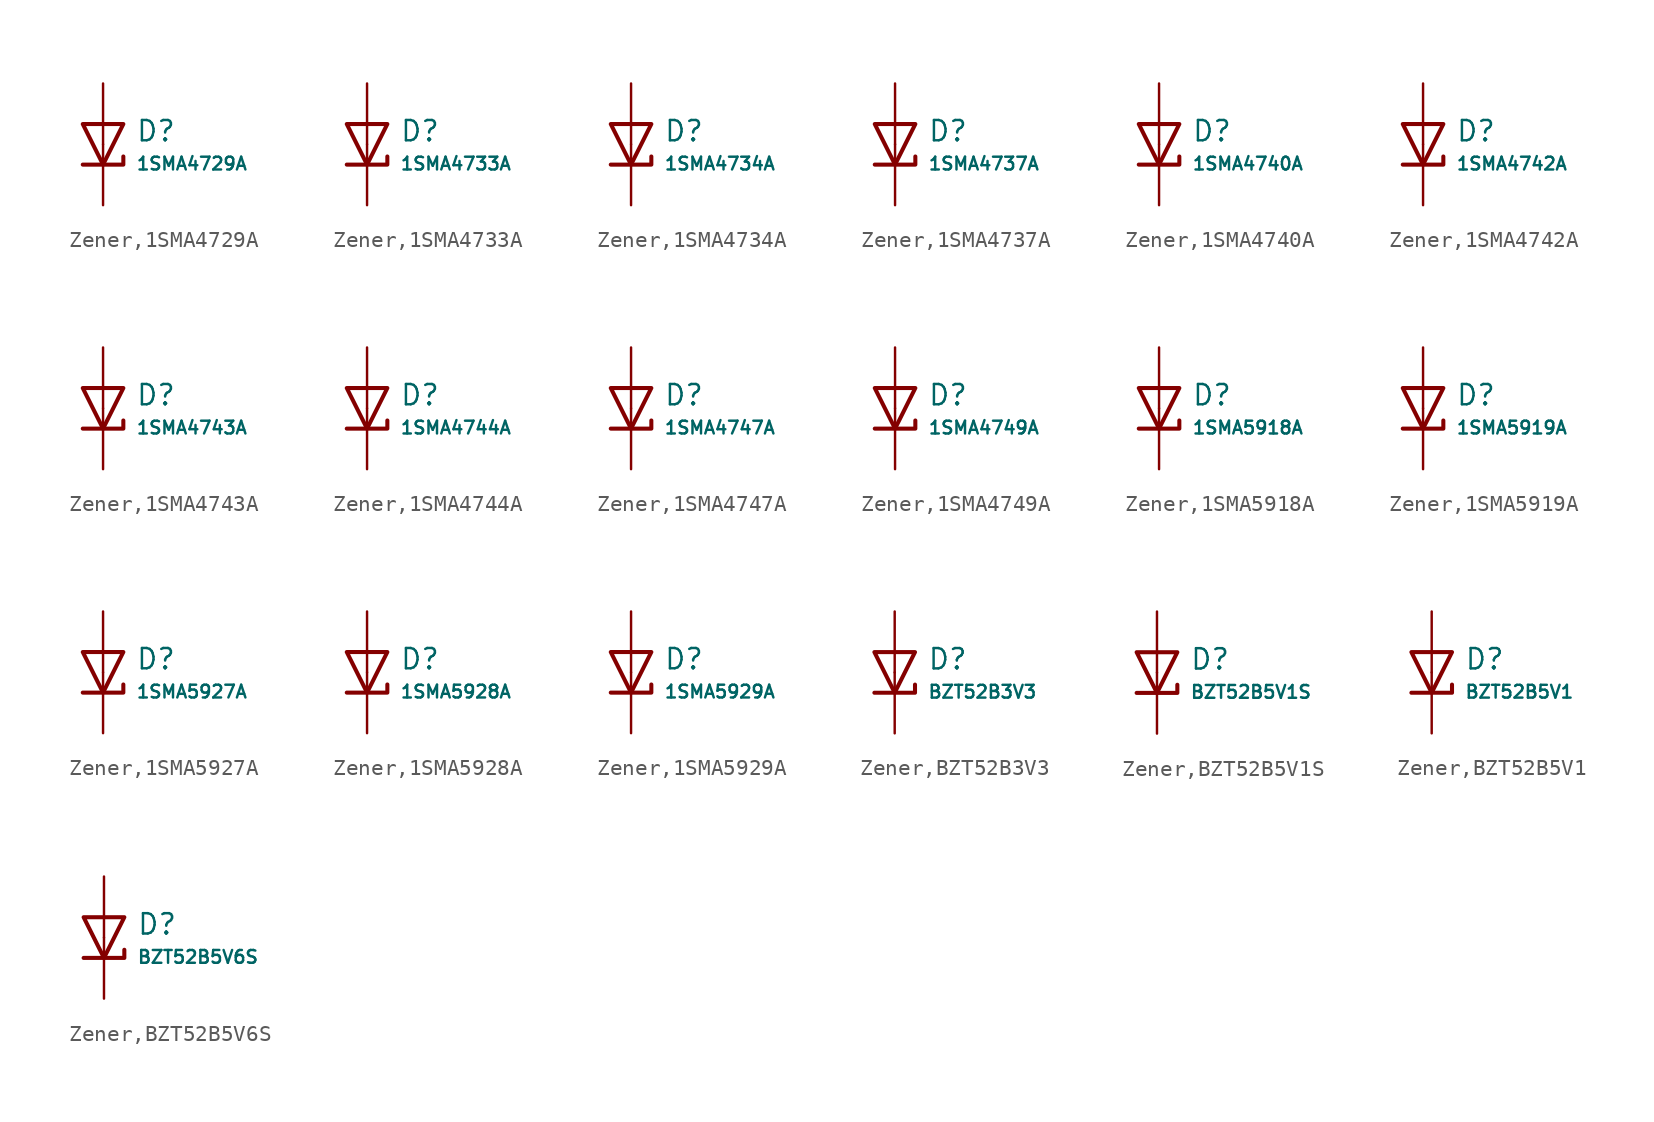
<source format=kicad_sym>
(kicad_symbol_lib
  (version 20231120)
  (generator "CDFER")
  (generator_version "8.0")
  (symbol "Zener,1SMA4729A"
    (pin_numbers hide)
    (pin_names
      (offset 0))
    (property "Reference" "D"
      (at 2.032 0.834 0)
      (effects (font (size 1.27 1.27)) (justify left)))
    (property "Value" "1SMA4729A"
      (at 2.032 -1.212 0)
      (effects (font (size 0.8 0.8)) (justify left)))
    (symbol "Zener,1SMA4729A_0_1"
      (polyline (pts (xy -1.27 1.27) (xy 0.00 -1.27) (xy 1.27 1.27) (xy -1.27 1.27)) (stroke (width 0.254) (type default)) (fill (type none))))
    (symbol "Zener,1SMA4729A_0_1"
      (polyline (pts (xy -1.27 -1.27) (xy 1.27 -1.27) (xy 1.27 -0.762)) (stroke (width 0.254) (type default)) (fill (type none))))
    (symbol "Zener,1SMA4729A_1_1"
      (pin passive line (at 0 3.81 270) (length 3.81) (name "~" (effects (font (size 1.27 1.27)))) (number "2" (effects (font (size 1.27 1.27)))))
      (pin passive line (at 0 -3.81 90) (length 3.81) (name "~" (effects (font (size 1.27 1.27)))) (number "1" (effects (font (size 1.27 1.27)))))))
  (symbol "Zener,1SMA4733A"
    (pin_numbers hide)
    (pin_names
      (offset 0))
    (property "Reference" "D"
      (at 2.032 0.834 0)
      (effects (font (size 1.27 1.27)) (justify left)))
    (property "Value" "1SMA4733A"
      (at 2.032 -1.212 0)
      (effects (font (size 0.8 0.8)) (justify left)))
    (symbol "Zener,1SMA4733A_0_1"
      (polyline (pts (xy -1.27 1.27) (xy 0.00 -1.27) (xy 1.27 1.27) (xy -1.27 1.27)) (stroke (width 0.254) (type default)) (fill (type none))))
    (symbol "Zener,1SMA4733A_0_1"
      (polyline (pts (xy -1.27 -1.27) (xy 1.27 -1.27) (xy 1.27 -0.762)) (stroke (width 0.254) (type default)) (fill (type none))))
    (symbol "Zener,1SMA4733A_1_1"
      (pin passive line (at 0 3.81 270) (length 3.81) (name "~" (effects (font (size 1.27 1.27)))) (number "2" (effects (font (size 1.27 1.27)))))
      (pin passive line (at 0 -3.81 90) (length 3.81) (name "~" (effects (font (size 1.27 1.27)))) (number "1" (effects (font (size 1.27 1.27)))))))
  (symbol "Zener,1SMA4734A"
    (pin_numbers hide)
    (pin_names
      (offset 0))
    (property "Reference" "D"
      (at 2.032 0.834 0)
      (effects (font (size 1.27 1.27)) (justify left)))
    (property "Value" "1SMA4734A"
      (at 2.032 -1.212 0)
      (effects (font (size 0.8 0.8)) (justify left)))
    (symbol "Zener,1SMA4734A_0_1"
      (polyline (pts (xy -1.27 1.27) (xy 0.00 -1.27) (xy 1.27 1.27) (xy -1.27 1.27)) (stroke (width 0.254) (type default)) (fill (type none))))
    (symbol "Zener,1SMA4734A_0_1"
      (polyline (pts (xy -1.27 -1.27) (xy 1.27 -1.27) (xy 1.27 -0.762)) (stroke (width 0.254) (type default)) (fill (type none))))
    (symbol "Zener,1SMA4734A_1_1"
      (pin passive line (at 0 3.81 270) (length 3.81) (name "~" (effects (font (size 1.27 1.27)))) (number "2" (effects (font (size 1.27 1.27)))))
      (pin passive line (at 0 -3.81 90) (length 3.81) (name "~" (effects (font (size 1.27 1.27)))) (number "1" (effects (font (size 1.27 1.27)))))))
  (symbol "Zener,1SMA4737A"
    (pin_numbers hide)
    (pin_names
      (offset 0))
    (property "Reference" "D"
      (at 2.032 0.834 0)
      (effects (font (size 1.27 1.27)) (justify left)))
    (property "Value" "1SMA4737A"
      (at 2.032 -1.212 0)
      (effects (font (size 0.8 0.8)) (justify left)))
    (symbol "Zener,1SMA4737A_0_1"
      (polyline (pts (xy -1.27 1.27) (xy 0.00 -1.27) (xy 1.27 1.27) (xy -1.27 1.27)) (stroke (width 0.254) (type default)) (fill (type none))))
    (symbol "Zener,1SMA4737A_0_1"
      (polyline (pts (xy -1.27 -1.27) (xy 1.27 -1.27) (xy 1.27 -0.762)) (stroke (width 0.254) (type default)) (fill (type none))))
    (symbol "Zener,1SMA4737A_1_1"
      (pin passive line (at 0 3.81 270) (length 3.81) (name "~" (effects (font (size 1.27 1.27)))) (number "2" (effects (font (size 1.27 1.27)))))
      (pin passive line (at 0 -3.81 90) (length 3.81) (name "~" (effects (font (size 1.27 1.27)))) (number "1" (effects (font (size 1.27 1.27)))))))
  (symbol "Zener,1SMA4740A"
    (pin_numbers hide)
    (pin_names
      (offset 0))
    (property "Reference" "D"
      (at 2.032 0.834 0)
      (effects (font (size 1.27 1.27)) (justify left)))
    (property "Value" "1SMA4740A"
      (at 2.032 -1.212 0)
      (effects (font (size 0.8 0.8)) (justify left)))
    (symbol "Zener,1SMA4740A_0_1"
      (polyline (pts (xy -1.27 1.27) (xy 0.00 -1.27) (xy 1.27 1.27) (xy -1.27 1.27)) (stroke (width 0.254) (type default)) (fill (type none))))
    (symbol "Zener,1SMA4740A_0_1"
      (polyline (pts (xy -1.27 -1.27) (xy 1.27 -1.27) (xy 1.27 -0.762)) (stroke (width 0.254) (type default)) (fill (type none))))
    (symbol "Zener,1SMA4740A_1_1"
      (pin passive line (at 0 3.81 270) (length 3.81) (name "~" (effects (font (size 1.27 1.27)))) (number "2" (effects (font (size 1.27 1.27)))))
      (pin passive line (at 0 -3.81 90) (length 3.81) (name "~" (effects (font (size 1.27 1.27)))) (number "1" (effects (font (size 1.27 1.27)))))))
  (symbol "Zener,1SMA4742A"
    (pin_numbers hide)
    (pin_names
      (offset 0))
    (property "Reference" "D"
      (at 2.032 0.834 0)
      (effects (font (size 1.27 1.27)) (justify left)))
    (property "Value" "1SMA4742A"
      (at 2.032 -1.212 0)
      (effects (font (size 0.8 0.8)) (justify left)))
    (symbol "Zener,1SMA4742A_0_1"
      (polyline (pts (xy -1.27 1.27) (xy 0.00 -1.27) (xy 1.27 1.27) (xy -1.27 1.27)) (stroke (width 0.254) (type default)) (fill (type none))))
    (symbol "Zener,1SMA4742A_0_1"
      (polyline (pts (xy -1.27 -1.27) (xy 1.27 -1.27) (xy 1.27 -0.762)) (stroke (width 0.254) (type default)) (fill (type none))))
    (symbol "Zener,1SMA4742A_1_1"
      (pin passive line (at 0 3.81 270) (length 3.81) (name "~" (effects (font (size 1.27 1.27)))) (number "2" (effects (font (size 1.27 1.27)))))
      (pin passive line (at 0 -3.81 90) (length 3.81) (name "~" (effects (font (size 1.27 1.27)))) (number "1" (effects (font (size 1.27 1.27)))))))
  (symbol "Zener,1SMA4743A"
    (pin_numbers hide)
    (pin_names
      (offset 0))
    (property "Reference" "D"
      (at 2.032 0.834 0)
      (effects (font (size 1.27 1.27)) (justify left)))
    (property "Value" "1SMA4743A"
      (at 2.032 -1.212 0)
      (effects (font (size 0.8 0.8)) (justify left)))
    (symbol "Zener,1SMA4743A_0_1"
      (polyline (pts (xy -1.27 1.27) (xy 0.00 -1.27) (xy 1.27 1.27) (xy -1.27 1.27)) (stroke (width 0.254) (type default)) (fill (type none))))
    (symbol "Zener,1SMA4743A_0_1"
      (polyline (pts (xy -1.27 -1.27) (xy 1.27 -1.27) (xy 1.27 -0.762)) (stroke (width 0.254) (type default)) (fill (type none))))
    (symbol "Zener,1SMA4743A_1_1"
      (pin passive line (at 0 3.81 270) (length 3.81) (name "~" (effects (font (size 1.27 1.27)))) (number "2" (effects (font (size 1.27 1.27)))))
      (pin passive line (at 0 -3.81 90) (length 3.81) (name "~" (effects (font (size 1.27 1.27)))) (number "1" (effects (font (size 1.27 1.27)))))))
  (symbol "Zener,1SMA4744A"
    (pin_numbers hide)
    (pin_names
      (offset 0))
    (property "Reference" "D"
      (at 2.032 0.834 0)
      (effects (font (size 1.27 1.27)) (justify left)))
    (property "Value" "1SMA4744A"
      (at 2.032 -1.212 0)
      (effects (font (size 0.8 0.8)) (justify left)))
    (symbol "Zener,1SMA4744A_0_1"
      (polyline (pts (xy -1.27 1.27) (xy 0.00 -1.27) (xy 1.27 1.27) (xy -1.27 1.27)) (stroke (width 0.254) (type default)) (fill (type none))))
    (symbol "Zener,1SMA4744A_0_1"
      (polyline (pts (xy -1.27 -1.27) (xy 1.27 -1.27) (xy 1.27 -0.762)) (stroke (width 0.254) (type default)) (fill (type none))))
    (symbol "Zener,1SMA4744A_1_1"
      (pin passive line (at 0 3.81 270) (length 3.81) (name "~" (effects (font (size 1.27 1.27)))) (number "2" (effects (font (size 1.27 1.27)))))
      (pin passive line (at 0 -3.81 90) (length 3.81) (name "~" (effects (font (size 1.27 1.27)))) (number "1" (effects (font (size 1.27 1.27)))))))
  (symbol "Zener,1SMA4747A"
    (pin_numbers hide)
    (pin_names
      (offset 0))
    (property "Reference" "D"
      (at 2.032 0.834 0)
      (effects (font (size 1.27 1.27)) (justify left)))
    (property "Value" "1SMA4747A"
      (at 2.032 -1.212 0)
      (effects (font (size 0.8 0.8)) (justify left)))
    (symbol "Zener,1SMA4747A_0_1"
      (polyline (pts (xy -1.27 1.27) (xy 0.00 -1.27) (xy 1.27 1.27) (xy -1.27 1.27)) (stroke (width 0.254) (type default)) (fill (type none))))
    (symbol "Zener,1SMA4747A_0_1"
      (polyline (pts (xy -1.27 -1.27) (xy 1.27 -1.27) (xy 1.27 -0.762)) (stroke (width 0.254) (type default)) (fill (type none))))
    (symbol "Zener,1SMA4747A_1_1"
      (pin passive line (at 0 3.81 270) (length 3.81) (name "~" (effects (font (size 1.27 1.27)))) (number "2" (effects (font (size 1.27 1.27)))))
      (pin passive line (at 0 -3.81 90) (length 3.81) (name "~" (effects (font (size 1.27 1.27)))) (number "1" (effects (font (size 1.27 1.27)))))))
  (symbol "Zener,1SMA4749A"
    (pin_numbers hide)
    (pin_names
      (offset 0))
    (property "Reference" "D"
      (at 2.032 0.834 0)
      (effects (font (size 1.27 1.27)) (justify left)))
    (property "Value" "1SMA4749A"
      (at 2.032 -1.212 0)
      (effects (font (size 0.8 0.8)) (justify left)))
    (symbol "Zener,1SMA4749A_0_1"
      (polyline (pts (xy -1.27 1.27) (xy 0.00 -1.27) (xy 1.27 1.27) (xy -1.27 1.27)) (stroke (width 0.254) (type default)) (fill (type none))))
    (symbol "Zener,1SMA4749A_0_1"
      (polyline (pts (xy -1.27 -1.27) (xy 1.27 -1.27) (xy 1.27 -0.762)) (stroke (width 0.254) (type default)) (fill (type none))))
    (symbol "Zener,1SMA4749A_1_1"
      (pin passive line (at 0 3.81 270) (length 3.81) (name "~" (effects (font (size 1.27 1.27)))) (number "2" (effects (font (size 1.27 1.27)))))
      (pin passive line (at 0 -3.81 90) (length 3.81) (name "~" (effects (font (size 1.27 1.27)))) (number "1" (effects (font (size 1.27 1.27)))))))
  (symbol "Zener,1SMA5918A"
    (pin_numbers hide)
    (pin_names
      (offset 0))
    (property "Reference" "D"
      (at 2.032 0.834 0)
      (effects (font (size 1.27 1.27)) (justify left)))
    (property "Value" "1SMA5918A"
      (at 2.032 -1.212 0)
      (effects (font (size 0.8 0.8)) (justify left)))
    (symbol "Zener,1SMA5918A_0_1"
      (polyline (pts (xy -1.27 1.27) (xy 0.00 -1.27) (xy 1.27 1.27) (xy -1.27 1.27)) (stroke (width 0.254) (type default)) (fill (type none))))
    (symbol "Zener,1SMA5918A_0_1"
      (polyline (pts (xy -1.27 -1.27) (xy 1.27 -1.27) (xy 1.27 -0.762)) (stroke (width 0.254) (type default)) (fill (type none))))
    (symbol "Zener,1SMA5918A_1_1"
      (pin passive line (at 0 3.81 270) (length 3.81) (name "~" (effects (font (size 1.27 1.27)))) (number "2" (effects (font (size 1.27 1.27)))))
      (pin passive line (at 0 -3.81 90) (length 3.81) (name "~" (effects (font (size 1.27 1.27)))) (number "1" (effects (font (size 1.27 1.27)))))))
  (symbol "Zener,1SMA5919A"
    (pin_numbers hide)
    (pin_names
      (offset 0))
    (property "Reference" "D"
      (at 2.032 0.834 0)
      (effects (font (size 1.27 1.27)) (justify left)))
    (property "Value" "1SMA5919A"
      (at 2.032 -1.212 0)
      (effects (font (size 0.8 0.8)) (justify left)))
    (symbol "Zener,1SMA5919A_0_1"
      (polyline (pts (xy -1.27 1.27) (xy 0.00 -1.27) (xy 1.27 1.27) (xy -1.27 1.27)) (stroke (width 0.254) (type default)) (fill (type none))))
    (symbol "Zener,1SMA5919A_0_1"
      (polyline (pts (xy -1.27 -1.27) (xy 1.27 -1.27) (xy 1.27 -0.762)) (stroke (width 0.254) (type default)) (fill (type none))))
    (symbol "Zener,1SMA5919A_1_1"
      (pin passive line (at 0 3.81 270) (length 3.81) (name "~" (effects (font (size 1.27 1.27)))) (number "2" (effects (font (size 1.27 1.27)))))
      (pin passive line (at 0 -3.81 90) (length 3.81) (name "~" (effects (font (size 1.27 1.27)))) (number "1" (effects (font (size 1.27 1.27)))))))
  (symbol "Zener,1SMA5927A"
    (pin_numbers hide)
    (pin_names
      (offset 0))
    (property "Reference" "D"
      (at 2.032 0.834 0)
      (effects (font (size 1.27 1.27)) (justify left)))
    (property "Value" "1SMA5927A"
      (at 2.032 -1.212 0)
      (effects (font (size 0.8 0.8)) (justify left)))
    (symbol "Zener,1SMA5927A_0_1"
      (polyline (pts (xy -1.27 1.27) (xy 0.00 -1.27) (xy 1.27 1.27) (xy -1.27 1.27)) (stroke (width 0.254) (type default)) (fill (type none))))
    (symbol "Zener,1SMA5927A_0_1"
      (polyline (pts (xy -1.27 -1.27) (xy 1.27 -1.27) (xy 1.27 -0.762)) (stroke (width 0.254) (type default)) (fill (type none))))
    (symbol "Zener,1SMA5927A_1_1"
      (pin passive line (at 0 3.81 270) (length 3.81) (name "~" (effects (font (size 1.27 1.27)))) (number "2" (effects (font (size 1.27 1.27)))))
      (pin passive line (at 0 -3.81 90) (length 3.81) (name "~" (effects (font (size 1.27 1.27)))) (number "1" (effects (font (size 1.27 1.27)))))))
  (symbol "Zener,1SMA5928A"
    (pin_numbers hide)
    (pin_names
      (offset 0))
    (property "Reference" "D"
      (at 2.032 0.834 0)
      (effects (font (size 1.27 1.27)) (justify left)))
    (property "Value" "1SMA5928A"
      (at 2.032 -1.212 0)
      (effects (font (size 0.8 0.8)) (justify left)))
    (symbol "Zener,1SMA5928A_0_1"
      (polyline (pts (xy -1.27 1.27) (xy 0.00 -1.27) (xy 1.27 1.27) (xy -1.27 1.27)) (stroke (width 0.254) (type default)) (fill (type none))))
    (symbol "Zener,1SMA5928A_0_1"
      (polyline (pts (xy -1.27 -1.27) (xy 1.27 -1.27) (xy 1.27 -0.762)) (stroke (width 0.254) (type default)) (fill (type none))))
    (symbol "Zener,1SMA5928A_1_1"
      (pin passive line (at 0 3.81 270) (length 3.81) (name "~" (effects (font (size 1.27 1.27)))) (number "2" (effects (font (size 1.27 1.27)))))
      (pin passive line (at 0 -3.81 90) (length 3.81) (name "~" (effects (font (size 1.27 1.27)))) (number "1" (effects (font (size 1.27 1.27)))))))
  (symbol "Zener,1SMA5929A"
    (pin_numbers hide)
    (pin_names
      (offset 0))
    (property "Reference" "D"
      (at 2.032 0.834 0)
      (effects (font (size 1.27 1.27)) (justify left)))
    (property "Value" "1SMA5929A"
      (at 2.032 -1.212 0)
      (effects (font (size 0.8 0.8)) (justify left)))
    (symbol "Zener,1SMA5929A_0_1"
      (polyline (pts (xy -1.27 1.27) (xy 0.00 -1.27) (xy 1.27 1.27) (xy -1.27 1.27)) (stroke (width 0.254) (type default)) (fill (type none))))
    (symbol "Zener,1SMA5929A_0_1"
      (polyline (pts (xy -1.27 -1.27) (xy 1.27 -1.27) (xy 1.27 -0.762)) (stroke (width 0.254) (type default)) (fill (type none))))
    (symbol "Zener,1SMA5929A_1_1"
      (pin passive line (at 0 3.81 270) (length 3.81) (name "~" (effects (font (size 1.27 1.27)))) (number "2" (effects (font (size 1.27 1.27)))))
      (pin passive line (at 0 -3.81 90) (length 3.81) (name "~" (effects (font (size 1.27 1.27)))) (number "1" (effects (font (size 1.27 1.27)))))))
  (symbol "Zener,BZT52B3V3"
    (pin_numbers hide)
    (pin_names
      (offset 0))
    (property "Reference" "D"
      (at 2.032 0.834 0)
      (effects (font (size 1.27 1.27)) (justify left)))
    (property "Value" "BZT52B3V3"
      (at 2.032 -1.212 0)
      (effects (font (size 0.8 0.8)) (justify left)))
    (symbol "Zener,BZT52B3V3_0_1"
      (polyline (pts (xy -1.27 1.27) (xy 0.00 -1.27) (xy 1.27 1.27) (xy -1.27 1.27)) (stroke (width 0.254) (type default)) (fill (type none))))
    (symbol "Zener,BZT52B3V3_0_1"
      (polyline (pts (xy -1.27 -1.27) (xy 1.27 -1.27) (xy 1.27 -0.762)) (stroke (width 0.254) (type default)) (fill (type none))))
    (symbol "Zener,BZT52B3V3_1_1"
      (pin passive line (at 0 3.81 270) (length 3.81) (name "~" (effects (font (size 1.27 1.27)))) (number "2" (effects (font (size 1.27 1.27)))))
      (pin passive line (at 0 -3.81 90) (length 3.81) (name "~" (effects (font (size 1.27 1.27)))) (number "1" (effects (font (size 1.27 1.27)))))))
  (symbol "Zener,BZT52B5V1S"
    (pin_numbers hide)
    (pin_names
      (offset 0))
    (property "Reference" "D"
      (at 2.032 0.834 0)
      (effects (font (size 1.27 1.27)) (justify left)))
    (property "Value" "BZT52B5V1S"
      (at 2.032 -1.212 0)
      (effects (font (size 0.8 0.8)) (justify left)))
    (symbol "Zener,BZT52B5V1S_0_1"
      (polyline (pts (xy -1.27 1.27) (xy 0.00 -1.27) (xy 1.27 1.27) (xy -1.27 1.27)) (stroke (width 0.254) (type default)) (fill (type none))))
    (symbol "Zener,BZT52B5V1S_0_1"
      (polyline (pts (xy -1.27 -1.27) (xy 1.27 -1.27) (xy 1.27 -0.762)) (stroke (width 0.254) (type default)) (fill (type none))))
    (symbol "Zener,BZT52B5V1S_1_1"
      (pin passive line (at 0 3.81 270) (length 3.81) (name "~" (effects (font (size 1.27 1.27)))) (number "2" (effects (font (size 1.27 1.27)))))
      (pin passive line (at 0 -3.81 90) (length 3.81) (name "~" (effects (font (size 1.27 1.27)))) (number "1" (effects (font (size 1.27 1.27)))))))
  (symbol "Zener,BZT52B5V1"
    (pin_numbers hide)
    (pin_names
      (offset 0))
    (property "Reference" "D"
      (at 2.032 0.834 0)
      (effects (font (size 1.27 1.27)) (justify left)))
    (property "Value" "BZT52B5V1"
      (at 2.032 -1.212 0)
      (effects (font (size 0.8 0.8)) (justify left)))
    (symbol "Zener,BZT52B5V1_0_1"
      (polyline (pts (xy -1.27 1.27) (xy 0.00 -1.27) (xy 1.27 1.27) (xy -1.27 1.27)) (stroke (width 0.254) (type default)) (fill (type none))))
    (symbol "Zener,BZT52B5V1_0_1"
      (polyline (pts (xy -1.27 -1.27) (xy 1.27 -1.27) (xy 1.27 -0.762)) (stroke (width 0.254) (type default)) (fill (type none))))
    (symbol "Zener,BZT52B5V1_1_1"
      (pin passive line (at 0 3.81 270) (length 3.81) (name "~" (effects (font (size 1.27 1.27)))) (number "2" (effects (font (size 1.27 1.27)))))
      (pin passive line (at 0 -3.81 90) (length 3.81) (name "~" (effects (font (size 1.27 1.27)))) (number "1" (effects (font (size 1.27 1.27)))))))
  (symbol "Zener,BZT52B5V6S"
    (pin_numbers hide)
    (pin_names
      (offset 0))
    (property "Reference" "D"
      (at 2.032 0.834 0)
      (effects (font (size 1.27 1.27)) (justify left)))
    (property "Value" "BZT52B5V6S"
      (at 2.032 -1.212 0)
      (effects (font (size 0.8 0.8)) (justify left)))
    (symbol "Zener,BZT52B5V6S_0_1"
      (polyline (pts (xy -1.27 1.27) (xy 0.00 -1.27) (xy 1.27 1.27) (xy -1.27 1.27)) (stroke (width 0.254) (type default)) (fill (type none))))
    (symbol "Zener,BZT52B5V6S_0_1"
      (polyline (pts (xy -1.27 -1.27) (xy 1.27 -1.27) (xy 1.27 -0.762)) (stroke (width 0.254) (type default)) (fill (type none))))
    (symbol "Zener,BZT52B5V6S_1_1"
      (pin passive line (at 0 3.81 270) (length 3.81) (name "~" (effects (font (size 1.27 1.27)))) (number "2" (effects (font (size 1.27 1.27)))))
      (pin passive line (at 0 -3.81 90) (length 3.81) (name "~" (effects (font (size 1.27 1.27)))) (number "1" (effects (font (size 1.27 1.27))))))))
</source>
